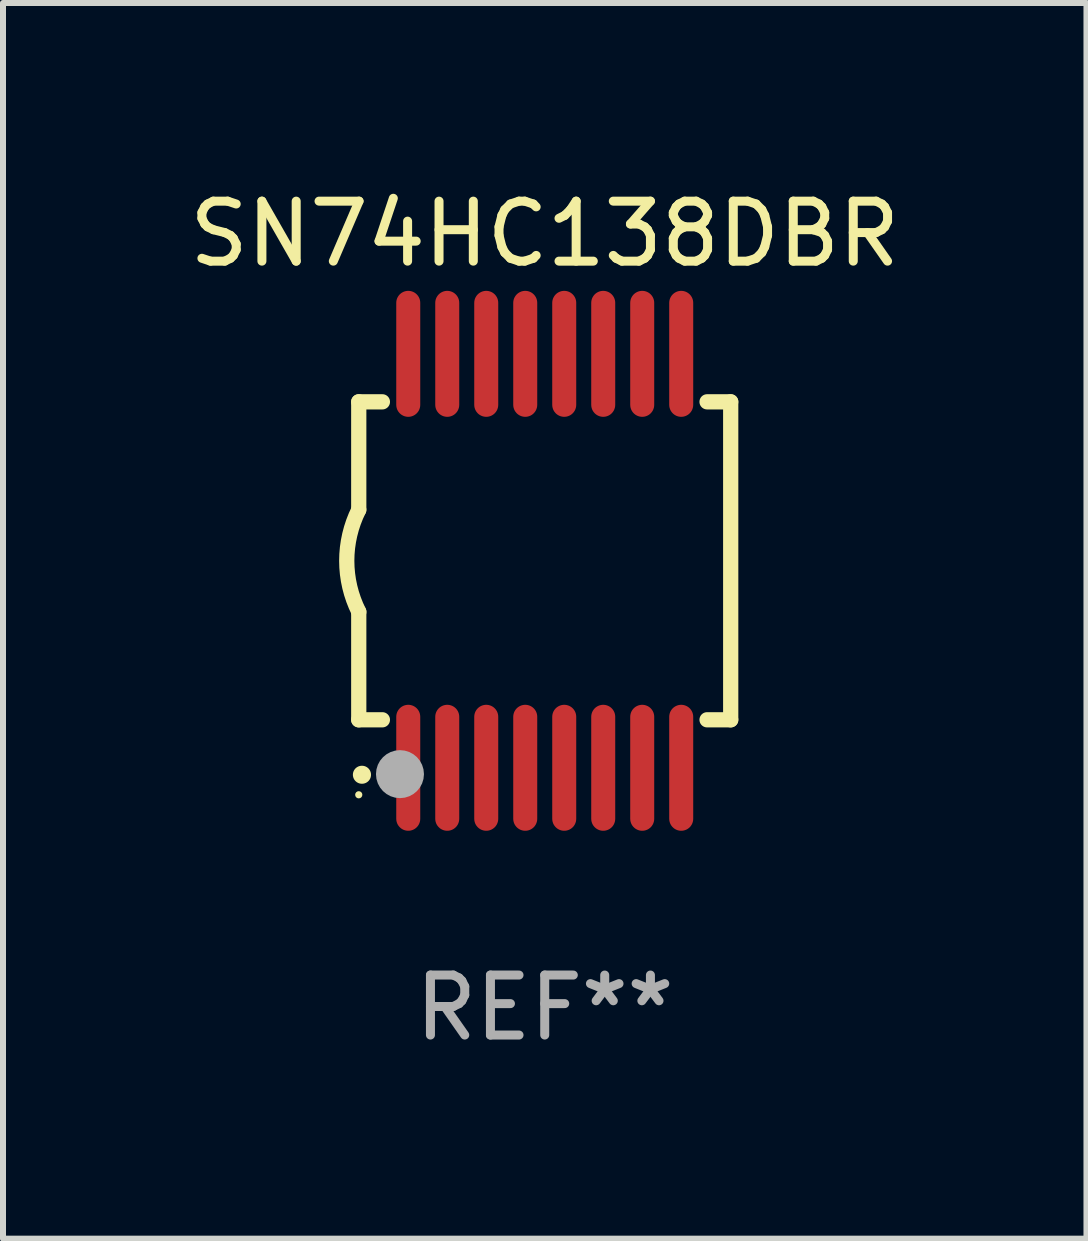
<source format=kicad_pcb>
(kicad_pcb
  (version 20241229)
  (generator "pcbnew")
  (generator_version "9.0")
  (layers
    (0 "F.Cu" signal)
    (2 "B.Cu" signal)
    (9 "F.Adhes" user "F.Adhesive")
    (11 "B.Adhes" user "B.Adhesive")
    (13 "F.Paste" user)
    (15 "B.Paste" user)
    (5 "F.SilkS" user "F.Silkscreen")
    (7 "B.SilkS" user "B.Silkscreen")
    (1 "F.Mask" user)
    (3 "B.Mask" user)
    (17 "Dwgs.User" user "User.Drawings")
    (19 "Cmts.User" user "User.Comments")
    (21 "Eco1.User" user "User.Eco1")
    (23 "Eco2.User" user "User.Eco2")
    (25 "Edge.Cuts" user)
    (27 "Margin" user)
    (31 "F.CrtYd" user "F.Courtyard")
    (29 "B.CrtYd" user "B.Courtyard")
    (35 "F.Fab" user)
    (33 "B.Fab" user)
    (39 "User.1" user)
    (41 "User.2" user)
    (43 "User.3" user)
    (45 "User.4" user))
  (footprint "SN74HC138DBR"
    (layer "F.Cu")
    (at 6.03 6.298)
    (property "Reference" "SN74HC138DBR" (at 0 -5.45 0) (layer "F.SilkS") (effects (font (size 1 1) (thickness 0.15))))
    (attr through_hole)
    (fp_line (start -3.1 -2.65) (end -3.1 -0.85) (stroke (width 0.254) (type solid)) (layer "F.SilkS"))
    (fp_line (start -3.1 -2.65) (end -2.706 -2.65) (stroke (width 0.254) (type solid)) (layer "F.SilkS"))
    (fp_line (start -3.1 2.65) (end -3.1 0.85) (stroke (width 0.254) (type solid)) (layer "F.SilkS"))
    (fp_line (start -3.1 2.65) (end -2.706 2.65) (stroke (width 0.254) (type solid)) (layer "F.SilkS"))
    (fp_line (start 2.706 -2.65) (end 3.1 -2.65) (stroke (width 0.254) (type solid)) (layer "F.SilkS"))
    (fp_line (start 2.706 2.65) (end 3.1 2.65) (stroke (width 0.254) (type solid)) (layer "F.SilkS"))
    (fp_line (start 3.1 -2.65) (end 3.1 2.65) (stroke (width 0.254) (type solid)) (layer "F.SilkS"))
    (fp_arc (start -3.098907 0.850902) (mid -3.300057 0.000523) (end -3.1 -0.850114) (stroke (width 0.254001) (type solid)) (layer "F.SilkS"))
    (fp_arc (start -3.048006 3.566066) (mid -3.046736 3.566061) (end -3.045466 3.566066) (stroke (width 0.3) (type solid)) (layer "F.SilkS"))
    (fp_circle (center -3.1 3.9) (end -3.07 3.9) (stroke (width 0.06) (type solid)) (fill no) (layer "F.SilkS"))
    (fp_circle (center -2.413 3.556) (end -2.213 3.556) (stroke (width 0.4) (type solid)) (fill no) (layer "F.Fab"))
    (fp_text user "REF**" (at 0 7.45 0) (layer "F.Fab") (effects (font (size 1 1) (thickness 0.15))))
    (pad "1" smd oval (at -2.275 3.45 180) (size 0.4 2.1) (layers "F.Cu" "F.Mask" "F.Paste"))
    (pad "2" smd oval (at -1.625 3.45 180) (size 0.4 2.1) (layers "F.Cu" "F.Mask" "F.Paste"))
    (pad "3" smd oval (at -0.975 3.45 180) (size 0.4 2.1) (layers "F.Cu" "F.Mask" "F.Paste"))
    (pad "4" smd oval (at -0.325 3.45 180) (size 0.4 2.1) (layers "F.Cu" "F.Mask" "F.Paste"))
    (pad "5" smd oval (at 0.325 3.45 180) (size 0.4 2.1) (layers "F.Cu" "F.Mask" "F.Paste"))
    (pad "6" smd oval (at 0.975 3.45 180) (size 0.4 2.1) (layers "F.Cu" "F.Mask" "F.Paste"))
    (pad "7" smd oval (at 1.625 3.45 180) (size 0.4 2.1) (layers "F.Cu" "F.Mask" "F.Paste"))
    (pad "8" smd oval (at 2.275 3.45 180) (size 0.4 2.1) (layers "F.Cu" "F.Mask" "F.Paste"))
    (pad "9" smd oval (at 2.275 -3.45 180) (size 0.4 2.1) (layers "F.Cu" "F.Mask" "F.Paste"))
    (pad "10" smd oval (at 1.625 -3.45 180) (size 0.4 2.1) (layers "F.Cu" "F.Mask" "F.Paste"))
    (pad "11" smd oval (at 0.975 -3.45 180) (size 0.4 2.1) (layers "F.Cu" "F.Mask" "F.Paste"))
    (pad "12" smd oval (at 0.325 -3.45 180) (size 0.4 2.1) (layers "F.Cu" "F.Mask" "F.Paste"))
    (pad "13" smd oval (at -0.325 -3.45 180) (size 0.4 2.1) (layers "F.Cu" "F.Mask" "F.Paste"))
    (pad "14" smd oval (at -0.975 -3.45 180) (size 0.4 2.1) (layers "F.Cu" "F.Mask" "F.Paste"))
    (pad "15" smd oval (at -1.625 -3.45 180) (size 0.4 2.1) (layers "F.Cu" "F.Mask" "F.Paste"))
    (pad "16" smd oval (at -2.275 -3.45 180) (size 0.4 2.1) (layers "F.Cu" "F.Mask" "F.Paste")))
  (gr_rect
    (start -3 -3)
    (end 15.06 17.597)
    (stroke (width 0.1) (type default))
    (fill no)
    (layer "Edge.Cuts")))
</source>
